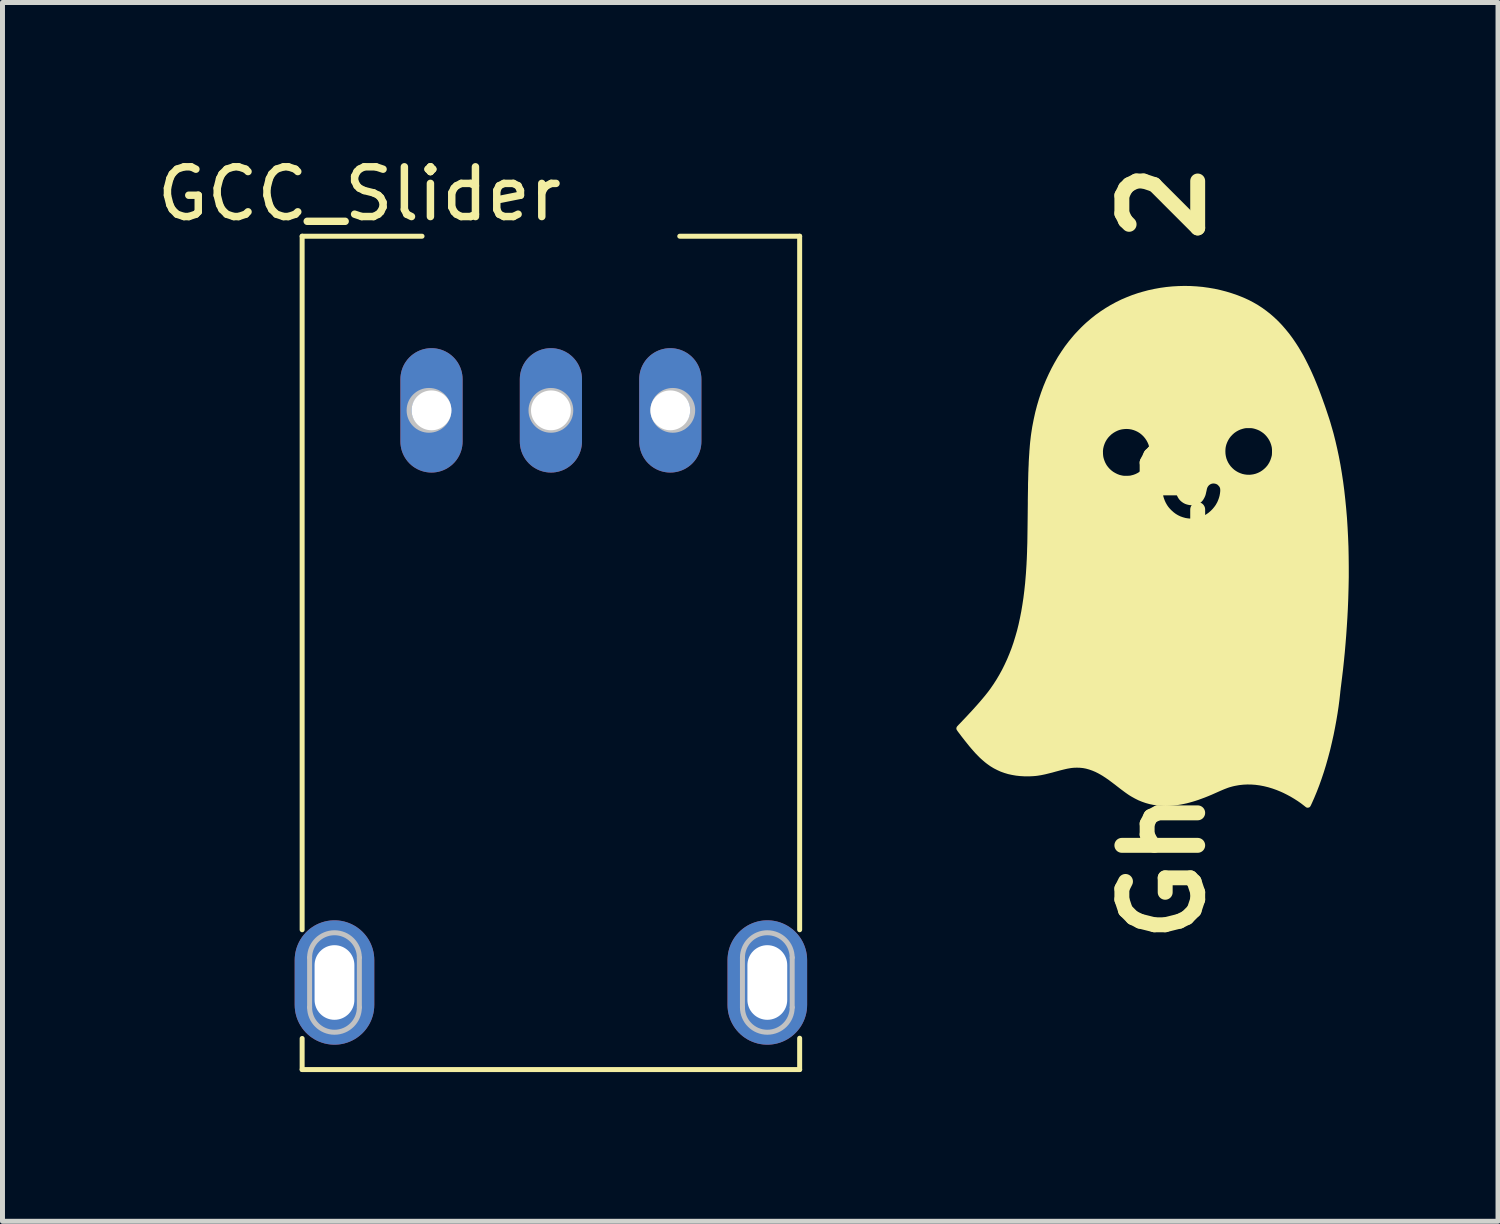
<source format=kicad_pcb>
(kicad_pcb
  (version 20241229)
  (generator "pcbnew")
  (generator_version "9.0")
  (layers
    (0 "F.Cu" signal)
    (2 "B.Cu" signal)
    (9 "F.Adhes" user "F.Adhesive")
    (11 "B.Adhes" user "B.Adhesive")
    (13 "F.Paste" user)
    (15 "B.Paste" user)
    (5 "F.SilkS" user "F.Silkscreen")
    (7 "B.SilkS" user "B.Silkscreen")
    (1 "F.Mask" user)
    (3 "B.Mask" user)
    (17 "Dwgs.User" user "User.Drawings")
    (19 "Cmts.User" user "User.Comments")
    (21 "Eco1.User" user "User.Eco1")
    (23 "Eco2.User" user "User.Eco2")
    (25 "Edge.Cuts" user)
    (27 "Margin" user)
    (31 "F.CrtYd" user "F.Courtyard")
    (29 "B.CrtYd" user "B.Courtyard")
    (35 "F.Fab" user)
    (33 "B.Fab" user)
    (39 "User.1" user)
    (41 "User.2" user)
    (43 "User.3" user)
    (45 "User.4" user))
  (footprint "Ghost Logo 2"
    (layer "F.Cu")
    (at 20.334 8.063)
    (property "Reference" "Ghost Logo 2" (at 0 0 90) (layer "F.SilkS") (effects (font (size 1.524 1.524) (thickness 0.3))))
    (attr board_only exclude_from_pos_files exclude_from_bom)
    (fp_poly (pts (xy 0.546 -5.364) (xy 0.667 -5.357) (xy 0.788 -5.346) (xy 0.909 -5.329) (xy 1.028 -5.309) (xy 1.146 -5.283) (xy 1.262 -5.253) (xy 1.377 -5.218) (xy 1.49 -5.179) (xy 1.601 -5.135) (xy 1.626 -5.124) (xy 1.72 -5.081) (xy 1.811 -5.033) (xy 1.901 -4.981) (xy 1.987 -4.925) (xy 2.071 -4.864) (xy 2.153 -4.799) (xy 2.232 -4.73) (xy 2.31 -4.656) (xy 2.385 -4.577) (xy 2.457 -4.494) (xy 2.528 -4.407) (xy 2.597 -4.314) (xy 2.663 -4.217) (xy 2.717 -4.133) (xy 2.764 -4.054) (xy 2.811 -3.973) (xy 2.856 -3.888) (xy 2.901 -3.799) (xy 2.946 -3.707) (xy 2.99 -3.611) (xy 3.034 -3.511) (xy 3.077 -3.407) (xy 3.121 -3.298) (xy 3.164 -3.184) (xy 3.207 -3.066) (xy 3.21 -3.056) (xy 3.239 -2.976) (xy 3.265 -2.901) (xy 3.289 -2.829) (xy 3.312 -2.76) (xy 3.334 -2.694) (xy 3.354 -2.63) (xy 3.372 -2.567) (xy 3.39 -2.506) (xy 3.407 -2.446) (xy 3.42 -2.4) (xy 3.458 -2.249) (xy 3.494 -2.093) (xy 3.528 -1.933) (xy 3.559 -1.769) (xy 3.587 -1.601) (xy 3.613 -1.429) (xy 3.636 -1.253) (xy 3.656 -1.073) (xy 3.674 -0.89) (xy 3.69 -0.703) (xy 3.702 -0.513) (xy 3.712 -0.319) (xy 3.72 -0.122) (xy 3.724 0.078) (xy 3.726 0.281) (xy 3.726 0.488) (xy 3.722 0.696) (xy 3.716 0.908) (xy 3.714 0.967) (xy 3.707 1.135) (xy 3.698 1.305) (xy 3.687 1.478) (xy 3.675 1.652) (xy 3.661 1.826) (xy 3.646 2) (xy 3.629 2.172) (xy 3.611 2.341) (xy 3.591 2.507) (xy 3.572 2.661) (xy 3.569 2.686) (xy 3.565 2.714) (xy 3.562 2.744) (xy 3.558 2.773) (xy 3.555 2.801) (xy 3.554 2.816) (xy 3.539 2.951) (xy 3.521 3.089) (xy 3.5 3.229) (xy 3.476 3.371) (xy 3.45 3.512) (xy 3.422 3.654) (xy 3.391 3.793) (xy 3.359 3.93) (xy 3.349 3.971) (xy 3.309 4.121) (xy 3.268 4.266) (xy 3.225 4.406) (xy 3.179 4.543) (xy 3.132 4.675) (xy 3.082 4.804) (xy 3.03 4.929) (xy 2.989 5.021) (xy 2.979 5.043) (xy 2.97 5.062) (xy 2.963 5.077) (xy 2.957 5.088) (xy 2.951 5.097) (xy 2.946 5.104) (xy 2.941 5.109) (xy 2.936 5.112) (xy 2.93 5.115) (xy 2.927 5.117) (xy 2.915 5.12) (xy 2.902 5.122) (xy 2.889 5.121) (xy 2.887 5.121) (xy 2.882 5.119) (xy 2.877 5.118) (xy 2.872 5.115) (xy 2.865 5.111) (xy 2.857 5.105) (xy 2.847 5.097) (xy 2.833 5.086) (xy 2.828 5.082) (xy 2.766 5.034) (xy 2.7 4.988) (xy 2.631 4.944) (xy 2.559 4.901) (xy 2.487 4.862) (xy 2.413 4.825) (xy 2.365 4.803) (xy 2.278 4.767) (xy 2.191 4.736) (xy 2.105 4.71) (xy 2.019 4.689) (xy 1.934 4.673) (xy 1.85 4.662) (xy 1.767 4.656) (xy 1.684 4.655) (xy 1.603 4.659) (xy 1.522 4.668) (xy 1.455 4.68) (xy 1.42 4.687) (xy 1.387 4.695) (xy 1.355 4.704) (xy 1.323 4.713) (xy 1.291 4.724) (xy 1.257 4.737) (xy 1.221 4.751) (xy 1.183 4.767) (xy 1.141 4.785) (xy 1.123 4.793) (xy 1.044 4.828) (xy 0.97 4.861) (xy 0.898 4.891) (xy 0.83 4.918) (xy 0.765 4.942) (xy 0.702 4.965) (xy 0.641 4.985) (xy 0.582 5.003) (xy 0.525 5.019) (xy 0.468 5.034) (xy 0.412 5.046) (xy 0.357 5.057) (xy 0.346 5.059) (xy 0.271 5.071) (xy 0.195 5.08) (xy 0.118 5.085) (xy 0.043 5.087) (xy -0.031 5.085) (xy -0.102 5.079) (xy -0.129 5.076) (xy -0.208 5.064) (xy -0.284 5.048) (xy -0.358 5.027) (xy -0.43 5.002) (xy -0.501 4.973) (xy -0.571 4.938) (xy -0.641 4.899) (xy -0.653 4.892) (xy -0.674 4.879) (xy -0.696 4.865) (xy -0.718 4.85) (xy -0.741 4.834) (xy -0.765 4.817) (xy -0.791 4.798) (xy -0.819 4.777) (xy -0.85 4.754) (xy -0.884 4.728) (xy -0.921 4.699) (xy -0.927 4.695) (xy -0.97 4.661) (xy -1.01 4.631) (xy -1.046 4.604) (xy -1.079 4.579) (xy -1.11 4.556) (xy -1.14 4.536) (xy -1.167 4.517) (xy -1.194 4.5) (xy -1.219 4.483) (xy -1.245 4.468) (xy -1.27 4.453) (xy -1.296 4.439) (xy -1.304 4.434) (xy -1.368 4.402) (xy -1.43 4.376) (xy -1.493 4.354) (xy -1.554 4.337) (xy -1.616 4.325) (xy -1.678 4.319) (xy -1.74 4.317) (xy -1.798 4.319) (xy -1.824 4.321) (xy -1.85 4.324) (xy -1.876 4.328) (xy -1.904 4.333) (xy -1.933 4.338) (xy -1.964 4.345) (xy -1.998 4.353) (xy -2.035 4.362) (xy -2.075 4.372) (xy -2.119 4.384) (xy -2.168 4.397) (xy -2.175 4.399) (xy -2.232 4.415) (xy -2.284 4.428) (xy -2.332 4.44) (xy -2.377 4.451) (xy -2.42 4.46) (xy -2.46 4.468) (xy -2.498 4.474) (xy -2.536 4.48) (xy -2.572 4.484) (xy -2.608 4.487) (xy -2.645 4.489) (xy -2.683 4.491) (xy -2.704 4.491) (xy -2.793 4.491) (xy -2.879 4.486) (xy -2.962 4.477) (xy -3.043 4.463) (xy -3.121 4.446) (xy -3.197 4.423) (xy -3.27 4.397) (xy -3.34 4.365) (xy -3.409 4.33) (xy -3.475 4.29) (xy -3.515 4.262) (xy -3.552 4.235) (xy -3.589 4.206) (xy -3.625 4.175) (xy -3.663 4.142) (xy -3.701 4.106) (xy -3.739 4.067) (xy -3.779 4.026) (xy -3.819 3.981) (xy -3.861 3.933) (xy -3.905 3.881) (xy -3.95 3.825) (xy -3.997 3.766) (xy -4.047 3.702) (xy -4.07 3.672) (xy -4.088 3.647) (xy -4.104 3.627) (xy -4.117 3.61) (xy -4.127 3.596) (xy -4.136 3.584) (xy -4.142 3.575) (xy -4.147 3.567) (xy -4.151 3.561) (xy -4.154 3.557) (xy -4.156 3.553) (xy -4.157 3.549) (xy -4.158 3.547) (xy -4.161 3.536) (xy -4.161 3.526) (xy -4.159 3.515) (xy -4.157 3.508) (xy -4.156 3.504) (xy -4.154 3.5) (xy -4.151 3.495) (xy -4.147 3.49) (xy -4.142 3.483) (xy -4.134 3.475) (xy -4.124 3.464) (xy -4.111 3.45) (xy -4.095 3.434) (xy -4.089 3.428) (xy -4.024 3.359) (xy -3.96 3.292) (xy -3.9 3.227) (xy -3.842 3.165) (xy -3.788 3.105) (xy -3.736 3.047) (xy -3.688 2.992) (xy -3.643 2.939) (xy -3.601 2.889) (xy -3.563 2.842) (xy -3.528 2.798) (xy -3.498 2.758) (xy -3.478 2.731) (xy -3.414 2.638) (xy -3.353 2.543) (xy -3.296 2.446) (xy -3.241 2.346) (xy -3.19 2.243) (xy -3.141 2.137) (xy -3.096 2.029) (xy -3.053 1.918) (xy -3.013 1.803) (xy -2.977 1.685) (xy -2.942 1.564) (xy -2.911 1.439) (xy -2.883 1.31) (xy -2.857 1.178) (xy -2.834 1.041) (xy -2.813 0.901) (xy -2.795 0.756) (xy -2.779 0.607) (xy -2.767 0.463) (xy -2.763 0.415) (xy -2.76 0.368) (xy -2.757 0.321) (xy -2.754 0.274) (xy -2.751 0.227) (xy -2.749 0.179) (xy -2.746 0.129) (xy -2.744 0.079) (xy -2.742 0.027) (xy -2.74 -0.026) (xy -2.739 -0.082) (xy -2.737 -0.14) (xy -2.735 -0.2) (xy -2.734 -0.264) (xy -2.733 -0.331) (xy -2.732 -0.401) (xy -2.731 -0.474) (xy -2.73 -0.552) (xy -2.729 -0.634) (xy -2.728 -0.721) (xy -2.727 -0.813) (xy -2.727 -0.831) (xy -2.726 -0.914) (xy -2.725 -0.991) (xy -2.725 -1.065) (xy -2.724 -1.133) (xy -2.723 -1.198) (xy -2.722 -1.259) (xy -0.019 -1.259) (xy -0.017 -1.219) (xy -0.011 -1.178) (xy -0.001 -1.135) (xy 0.012 -1.093) (xy 0.028 -1.05) (xy 0.047 -1.009) (xy 0.069 -0.97) (xy 0.079 -0.954) (xy 0.094 -0.932) (xy 0.109 -0.913) (xy 0.125 -0.894) (xy 0.142 -0.876) (xy 0.162 -0.855) (xy 0.165 -0.853) (xy 0.206 -0.816) (xy 0.249 -0.784) (xy 0.294 -0.757) (xy 0.342 -0.734) (xy 0.392 -0.716) (xy 0.443 -0.702) (xy 0.466 -0.698) (xy 0.48 -0.696) (xy 0.492 -0.694) (xy 0.502 -0.693) (xy 0.511 -0.692) (xy 0.52 -0.691) (xy 0.531 -0.691) (xy 0.545 -0.691) (xy 0.562 -0.691) (xy 0.571 -0.691) (xy 0.594 -0.692) (xy 0.612 -0.693) (xy 0.628 -0.694) (xy 0.642 -0.695) (xy 0.656 -0.697) (xy 0.658 -0.698) (xy 0.712 -0.71) (xy 0.763 -0.726) (xy 0.811 -0.747) (xy 0.857 -0.772) (xy 0.901 -0.802) (xy 0.943 -0.837) (xy 0.957 -0.85) (xy 0.993 -0.887) (xy 1.024 -0.925) (xy 1.052 -0.964) (xy 1.075 -1.005) (xy 1.083 -1.019) (xy 1.101 -1.061) (xy 1.117 -1.105) (xy 1.129 -1.148) (xy 1.137 -1.192) (xy 1.142 -1.233) (xy 1.143 -1.255) (xy 1.142 -1.277) (xy 1.14 -1.295) (xy 1.135 -1.311) (xy 1.127 -1.327) (xy 1.127 -1.327) (xy 1.12 -1.337) (xy 1.11 -1.348) (xy 1.099 -1.36) (xy 1.088 -1.37) (xy 1.078 -1.377) (xy 1.077 -1.377) (xy 1.058 -1.386) (xy 1.035 -1.392) (xy 1.011 -1.395) (xy 0.987 -1.394) (xy 0.985 -1.393) (xy 0.961 -1.387) (xy 0.939 -1.376) (xy 0.919 -1.362) (xy 0.902 -1.343) (xy 0.888 -1.322) (xy 0.878 -1.297) (xy 0.873 -1.278) (xy 0.867 -1.248) (xy 0.861 -1.223) (xy 0.856 -1.201) (xy 0.852 -1.182) (xy 0.847 -1.165) (xy 0.842 -1.15) (xy 0.836 -1.135) (xy 0.829 -1.12) (xy 0.822 -1.105) (xy 0.822 -1.105) (xy 0.803 -1.072) (xy 0.782 -1.043) (xy 0.757 -1.018) (xy 0.73 -0.998) (xy 0.7 -0.982) (xy 0.666 -0.97) (xy 0.631 -0.963) (xy 0.61 -0.96) (xy 0.587 -0.959) (xy 0.563 -0.959) (xy 0.539 -0.96) (xy 0.519 -0.962) (xy 0.514 -0.963) (xy 0.475 -0.972) (xy 0.437 -0.985) (xy 0.402 -1.003) (xy 0.37 -1.025) (xy 0.341 -1.05) (xy 0.316 -1.078) (xy 0.312 -1.083) (xy 0.292 -1.115) (xy 0.275 -1.148) (xy 0.263 -1.182) (xy 0.256 -1.216) (xy 0.253 -1.25) (xy 0.252 -1.277) (xy 0.247 -1.301) (xy 0.238 -1.322) (xy 0.226 -1.341) (xy 0.212 -1.357) (xy 0.191 -1.374) (xy 0.169 -1.387) (xy 0.145 -1.395) (xy 0.121 -1.398) (xy 0.097 -1.397) (xy 0.073 -1.391) (xy 0.05 -1.38) (xy 0.028 -1.365) (xy 0.025 -1.362) (xy 0.008 -1.345) (xy -0.004 -1.328) (xy -0.012 -1.309) (xy -0.017 -1.289) (xy -0.019 -1.265) (xy -0.019 -1.259) (xy -2.722 -1.259) (xy -2.722 -1.26) (xy -2.721 -1.317) (xy -2.721 -1.372) (xy -2.72 -1.424) (xy -2.718 -1.474) (xy -2.717 -1.521) (xy -2.716 -1.566) (xy -2.715 -1.61) (xy -2.713 -1.652) (xy -2.712 -1.694) (xy -2.71 -1.734) (xy -2.708 -1.774) (xy -2.707 -1.814) (xy -2.705 -1.855) (xy -2.704 -1.874) (xy -2.699 -1.953) (xy -2.694 -2.027) (xy -2.694 -2.037) (xy -1.215 -2.037) (xy -1.214 -2.014) (xy -1.214 -1.99) (xy -1.212 -1.967) (xy -1.21 -1.946) (xy -1.207 -1.929) (xy -1.207 -1.927) (xy -1.197 -1.889) (xy -1.184 -1.851) (xy -1.168 -1.813) (xy -1.149 -1.778) (xy -1.141 -1.764) (xy -1.113 -1.726) (xy -1.081 -1.69) (xy -1.046 -1.658) (xy -1.008 -1.629) (xy -0.967 -1.605) (xy -0.925 -1.584) (xy -0.88 -1.567) (xy -0.834 -1.556) (xy -0.812 -1.552) (xy -0.796 -1.55) (xy -0.777 -1.549) (xy -0.755 -1.549) (xy -0.733 -1.549) (xy -0.71 -1.55) (xy -0.689 -1.551) (xy -0.67 -1.553) (xy -0.655 -1.555) (xy -0.654 -1.556) (xy -0.606 -1.568) (xy -0.562 -1.584) (xy -0.521 -1.604) (xy -0.482 -1.628) (xy -0.444 -1.657) (xy -0.412 -1.686) (xy -0.391 -1.708) (xy -0.373 -1.729) (xy -0.358 -1.749) (xy -0.344 -1.77) (xy -0.331 -1.793) (xy -0.322 -1.811) (xy -0.305 -1.847) (xy -0.293 -1.881) (xy -0.283 -1.915) (xy -0.277 -1.95) (xy -0.274 -1.987) (xy -0.273 -2.016) (xy -0.274 -2.041) (xy 1.246 -2.041) (xy 1.248 -1.991) (xy 1.255 -1.945) (xy 1.266 -1.9) (xy 1.282 -1.857) (xy 1.302 -1.815) (xy 1.325 -1.778) (xy 1.353 -1.74) (xy 1.386 -1.705) (xy 1.421 -1.673) (xy 1.459 -1.646) (xy 1.5 -1.622) (xy 1.543 -1.603) (xy 1.588 -1.587) (xy 1.634 -1.577) (xy 1.68 -1.571) (xy 1.728 -1.57) (xy 1.758 -1.572) (xy 1.807 -1.579) (xy 1.855 -1.591) (xy 1.9 -1.608) (xy 1.943 -1.629) (xy 1.984 -1.655) (xy 2.022 -1.685) (xy 2.058 -1.719) (xy 2.09 -1.756) (xy 2.107 -1.781) (xy 2.131 -1.821) (xy 2.151 -1.865) (xy 2.167 -1.912) (xy 2.177 -1.949) (xy 2.179 -1.958) (xy 2.18 -1.967) (xy 2.181 -1.976) (xy 2.182 -1.986) (xy 2.182 -1.999) (xy 2.183 -2.015) (xy 2.183 -2.034) (xy 2.183 -2.038) (xy 2.183 -2.059) (xy 2.183 -2.075) (xy 2.182 -2.088) (xy 2.181 -2.099) (xy 2.18 -2.109) (xy 2.179 -2.118) (xy 2.177 -2.128) (xy 2.177 -2.129) (xy 2.165 -2.176) (xy 2.148 -2.222) (xy 2.127 -2.265) (xy 2.102 -2.305) (xy 2.074 -2.342) (xy 2.042 -2.377) (xy 2.007 -2.408) (xy 1.968 -2.435) (xy 1.928 -2.459) (xy 1.884 -2.478) (xy 1.839 -2.493) (xy 1.835 -2.494) (xy 1.815 -2.499) (xy 1.798 -2.503) (xy 1.783 -2.505) (xy 1.768 -2.507) (xy 1.751 -2.508) (xy 1.732 -2.508) (xy 1.715 -2.508) (xy 1.693 -2.508) (xy 1.674 -2.508) (xy 1.658 -2.507) (xy 1.643 -2.505) (xy 1.627 -2.502) (xy 1.61 -2.498) (xy 1.595 -2.494) (xy 1.55 -2.48) (xy 1.507 -2.461) (xy 1.466 -2.438) (xy 1.427 -2.411) (xy 1.392 -2.38) (xy 1.359 -2.346) (xy 1.33 -2.309) (xy 1.305 -2.269) (xy 1.284 -2.227) (xy 1.267 -2.183) (xy 1.26 -2.158) (xy 1.253 -2.129) (xy 1.249 -2.101) (xy 1.247 -2.072) (xy 1.246 -2.041) (xy -0.274 -2.041) (xy -0.274 -2.042) (xy -0.275 -2.064) (xy -0.276 -2.084) (xy -0.279 -2.104) (xy -0.283 -2.123) (xy -0.286 -2.133) (xy -0.3 -2.179) (xy -0.319 -2.223) (xy -0.342 -2.265) (xy -0.369 -2.304) (xy -0.4 -2.341) (xy -0.434 -2.374) (xy -0.471 -2.404) (xy -0.512 -2.43) (xy -0.554 -2.451) (xy -0.595 -2.467) (xy -0.641 -2.48) (xy -0.689 -2.488) (xy -0.737 -2.491) (xy -0.785 -2.489) (xy -0.833 -2.483) (xy -0.879 -2.472) (xy -0.893 -2.467) (xy -0.913 -2.46) (xy -0.935 -2.45) (xy -0.958 -2.439) (xy -0.981 -2.426) (xy -1.001 -2.414) (xy -1.007 -2.41) (xy -1.045 -2.382) (xy -1.08 -2.349) (xy -1.112 -2.314) (xy -1.14 -2.275) (xy -1.164 -2.234) (xy -1.183 -2.191) (xy -1.198 -2.147) (xy -1.209 -2.101) (xy -1.212 -2.078) (xy -1.214 -2.059) (xy -1.215 -2.037) (xy -2.694 -2.037) (xy -2.689 -2.097) (xy -2.684 -2.163) (xy -2.678 -2.227) (xy -2.671 -2.288) (xy -2.664 -2.348) (xy -2.656 -2.406) (xy -2.647 -2.464) (xy -2.638 -2.522) (xy -2.632 -2.555) (xy -2.605 -2.693) (xy -2.575 -2.829) (xy -2.54 -2.963) (xy -2.501 -3.095) (xy -2.458 -3.224) (xy -2.411 -3.351) (xy -2.36 -3.474) (xy -2.305 -3.595) (xy -2.247 -3.713) (xy -2.185 -3.827) (xy -2.12 -3.939) (xy -2.051 -4.046) (xy -1.979 -4.151) (xy -1.903 -4.251) (xy -1.831 -4.338) (xy -1.805 -4.369) (xy -1.776 -4.402) (xy -1.745 -4.435) (xy -1.712 -4.47) (xy -1.679 -4.504) (xy -1.647 -4.537) (xy -1.615 -4.568) (xy -1.584 -4.597) (xy -1.556 -4.623) (xy -1.548 -4.63) (xy -1.455 -4.71) (xy -1.359 -4.786) (xy -1.261 -4.856) (xy -1.16 -4.922) (xy -1.058 -4.983) (xy -0.953 -5.04) (xy -0.845 -5.093) (xy -0.735 -5.14) (xy -0.623 -5.184) (xy -0.507 -5.223) (xy -0.425 -5.247) (xy -0.306 -5.279) (xy -0.186 -5.305) (xy -0.065 -5.327) (xy 0.057 -5.344) (xy 0.179 -5.356) (xy 0.301 -5.363) (xy 0.423 -5.366)) (stroke (width 0) (type solid)) (fill yes) (layer "F.SilkS")))
  (footprint "GCC_Slider"
    (layer "F.Cu")
    (at 8.023 5.198)
    (property "Reference" "GCC_Slider" (at -3.85 -4.35 0) (layer "F.SilkS") (effects (font (size 1 1) (thickness 0.15))))
    (attr through_hole)
    (fp_line (start -5 -3.5) (end -5 10.44) (stroke (width 0.1) (type solid)) (layer "F.SilkS"))
    (fp_line (start -5 -3.5) (end -2.59 -3.5) (stroke (width 0.1) (type solid)) (layer "F.SilkS"))
    (fp_line (start -5 13.25) (end -5 12.625) (stroke (width 0.1) (type solid)) (layer "F.SilkS"))
    (fp_line (start -5 13.25) (end 5 13.25) (stroke (width 0.1) (type solid)) (layer "F.SilkS"))
    (fp_line (start 2.59 -3.5) (end 5 -3.5) (stroke (width 0.1) (type solid)) (layer "F.SilkS"))
    (fp_line (start 5 -3.5) (end 5 10.44) (stroke (width 0.1) (type solid)) (layer "F.SilkS"))
    (fp_line (start 5 13.25) (end 5 12.62) (stroke (width 0.1) (type solid)) (layer "F.SilkS"))
    (fp_line (start -4.85 12) (end -4.85 11) (stroke (width 0.1) (type solid)) (layer "Dwgs.User"))
    (fp_line (start -4.35 12) (end -4.35 11) (stroke (width 0.1) (type solid)) (layer "Dwgs.User"))
    (fp_line (start -3.85 12) (end -3.85 11) (stroke (width 0.1) (type solid)) (layer "Dwgs.User"))
    (fp_line (start 3.85 12) (end 3.85 11) (stroke (width 0.1) (type solid)) (layer "Dwgs.User"))
    (fp_line (start 4.35 12) (end 4.35 11) (stroke (width 0.1) (type solid)) (layer "Dwgs.User"))
    (fp_line (start 4.85 12) (end 4.85 11) (stroke (width 0.1) (type solid)) (layer "Dwgs.User"))
    (fp_arc (start -4.85 11) (mid -4.35 10.5) (end -3.85 11) (stroke (width 0.1) (type solid)) (layer "Dwgs.User"))
    (fp_arc (start -3.85 12) (mid -4.35 12.5) (end -4.85 12) (stroke (width 0.1) (type solid)) (layer "Dwgs.User"))
    (fp_arc (start 3.85 11) (mid 4.35 10.5) (end 4.85 11) (stroke (width 0.1) (type solid)) (layer "Dwgs.User"))
    (fp_arc (start 4.85 12) (mid 4.35 12.5) (end 3.85 12) (stroke (width 0.1) (type solid)) (layer "Dwgs.User"))
    (fp_circle (center -2.45 0) (end -2.05 0) (stroke (width 0.1) (type solid)) (fill no) (layer "Dwgs.User"))
    (fp_circle (center 0 0) (end 0.4 0) (stroke (width 0.1) (type solid)) (fill no) (layer "Dwgs.User"))
    (fp_circle (center 2.45 0) (end 2.85 0) (stroke (width 0.1) (type solid)) (fill no) (layer "Dwgs.User"))
    (pad "" thru_hole oval (at -4.35 11.5 180) (size 1.6 2.5) (drill oval 0.8 1.5) (layers "*.Cu" "*.Mask"))
    (pad "" thru_hole oval (at 4.35 11.5 180) (size 1.6 2.5) (drill oval 0.8 1.5) (layers "*.Cu" "*.Mask"))
    (pad "1" thru_hole oval (at -2.4 0 180) (size 1.25 2.5) (drill 0.8) (layers "*.Cu" "*.Mask"))
    (pad "2" thru_hole oval (at 0 0 180) (size 1.25 2.5) (drill 0.8) (layers "*.Cu" "*.Mask"))
    (pad "3" thru_hole oval (at 2.4 0 180) (size 1.25 2.5) (drill 0.8) (layers "*.Cu" "*.Mask")))
  (gr_rect
    (start -3 -3)
    (end 27.06 21.498)
    (stroke (width 0.1) (type default))
    (fill no)
    (layer "Edge.Cuts")))
</source>
